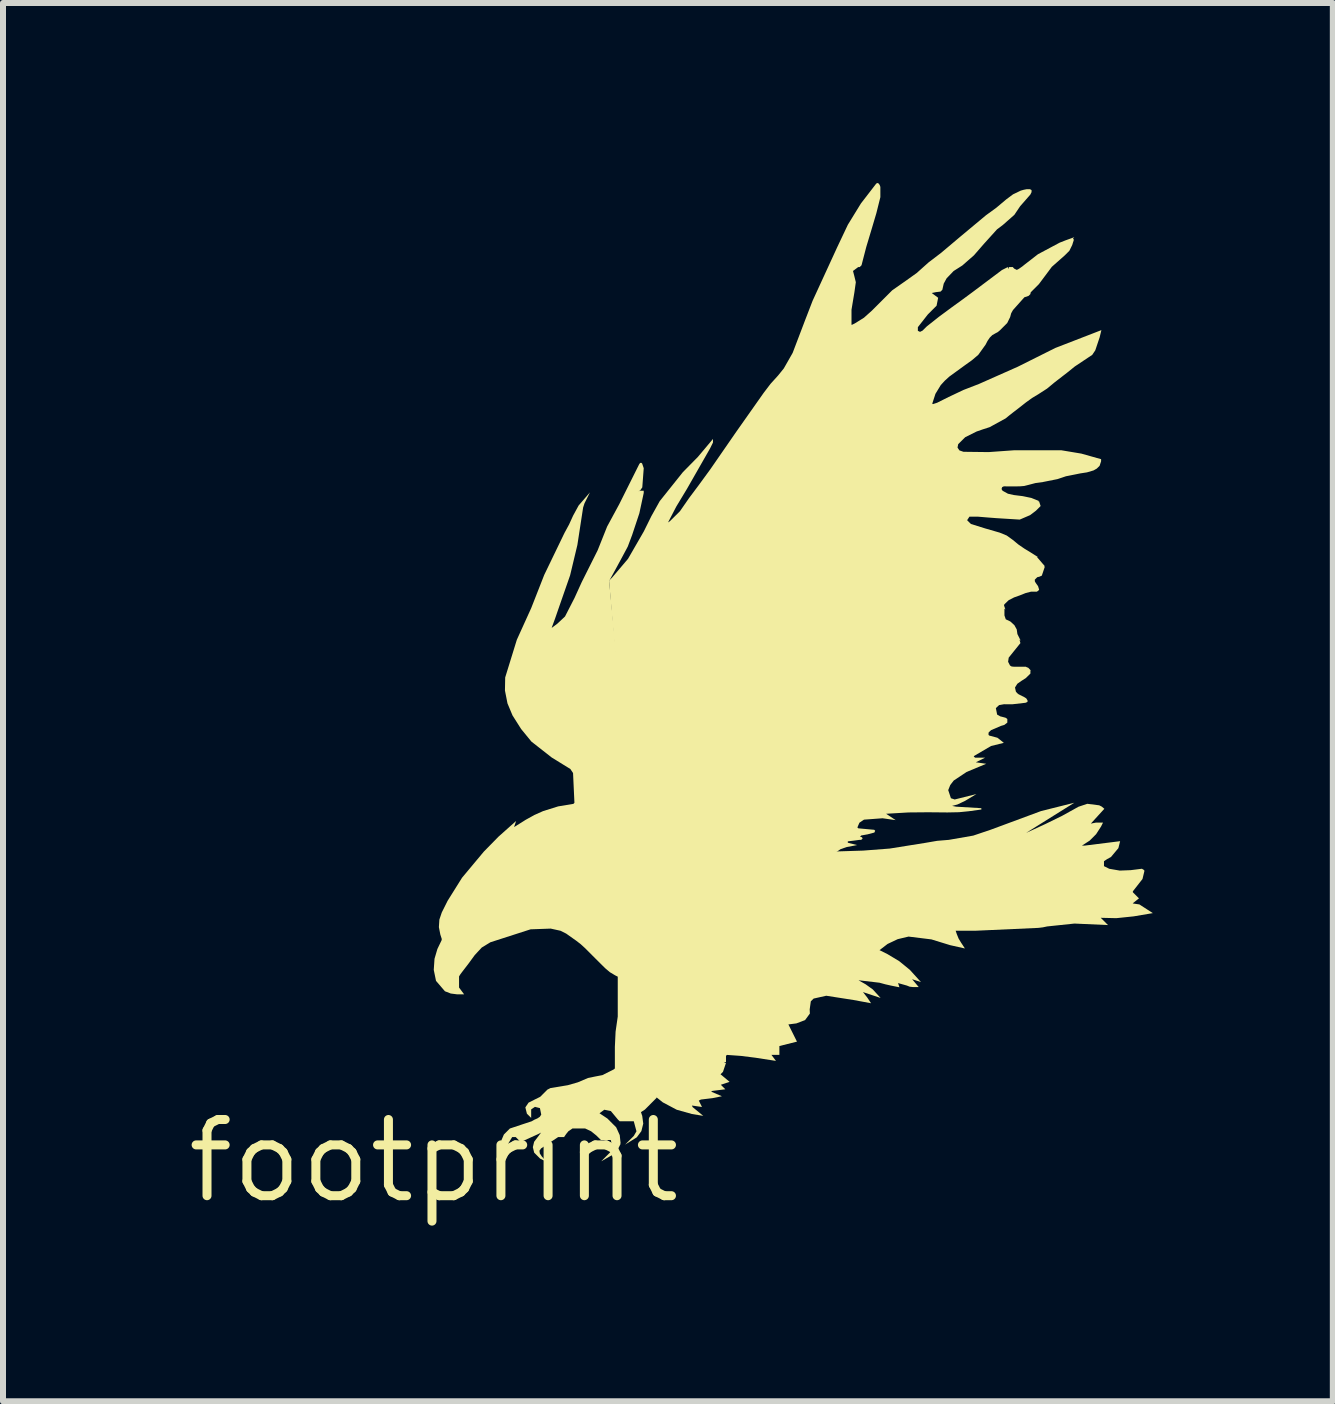
<source format=kicad_pcb>
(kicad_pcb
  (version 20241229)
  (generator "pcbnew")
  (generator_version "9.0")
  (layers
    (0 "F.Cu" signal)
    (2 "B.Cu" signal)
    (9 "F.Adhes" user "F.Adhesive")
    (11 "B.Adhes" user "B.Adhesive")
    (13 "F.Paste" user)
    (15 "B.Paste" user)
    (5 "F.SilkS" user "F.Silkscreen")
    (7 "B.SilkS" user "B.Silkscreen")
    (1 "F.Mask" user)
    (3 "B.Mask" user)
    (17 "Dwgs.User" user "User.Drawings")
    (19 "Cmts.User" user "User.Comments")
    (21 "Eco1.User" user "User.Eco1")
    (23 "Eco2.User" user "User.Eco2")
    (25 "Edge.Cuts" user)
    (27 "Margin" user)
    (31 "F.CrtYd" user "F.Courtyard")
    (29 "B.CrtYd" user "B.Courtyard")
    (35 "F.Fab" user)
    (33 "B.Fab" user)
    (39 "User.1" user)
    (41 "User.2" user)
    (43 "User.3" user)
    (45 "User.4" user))
  (footprint "footprint"
    (layer "F.Cu")
    (at 4.18 16.299)
    (property "Reference" "footprint" (at 0 0 0) (layer "F.SilkS") (effects (font (size 1.27 1.27) (thickness 0.15))))
    (fp_poly (pts (xy 0.433 -4.136) (xy 0.439 -4.147) (xy 0.563 -4.072) (xy 0.6 -3.972) (xy 0.589 -3.866) (xy 0.462 -3.74) (xy 0.261 -3.74) (xy 0.226 -3.761) (xy 0.204 -3.796) (xy 0.204 -3.92) (xy 0.216 -3.92) (xy 0.208 -3.928) (xy 0.225 -3.947) (xy 0.24 -3.947) (xy 0.227 -3.967) (xy 0.254 -4.022) (xy 0.276 -4.06) (xy 0.304 -4.097) (xy 0.362 -4.138) (xy 0.431 -4.148)) (stroke (width 0) (type solid)) (fill yes) (layer "F.SilkS"))
    (fp_poly (pts (xy 9.878 -5.471) (xy 9.881 -5.471) (xy 10.191 -5.614) (xy 10.471 -5.751) (xy 10.745 -5.903) (xy 10.892 -5.952) (xy 11.09 -5.927) (xy 11.132 -5.906) (xy 11.176 -5.869) (xy 10.951 -5.622) (xy 11.037 -5.639) (xy 11.154 -5.639) (xy 11.121 -5.573) (xy 11.039 -5.446) (xy 10.931 -5.338) (xy 10.805 -5.257) (xy 10.805 -5.257) (xy 10.806 -5.255) (xy 10.845 -5.255) (xy 11.439 -5.329) (xy 11.41 -5.213) (xy 11.286 -5.065) (xy 11.223 -5.031) (xy 11.17 -4.995) (xy 11.17 -4.913) (xy 11.258 -4.869) (xy 11.434 -4.839) (xy 11.614 -4.846) (xy 11.806 -4.87) (xy 11.807 -4.858) (xy 11.816 -4.866) (xy 11.845 -4.837) (xy 11.812 -4.699) (xy 11.651 -4.493) (xy 11.651 -4.478) (xy 11.753 -4.376) (xy 11.649 -4.293) (xy 11.651 -4.293) (xy 11.651 -4.291) (xy 11.76 -4.275) (xy 11.984 -4.13) (xy 11.665 -4.076) (xy 11.376 -4.046) (xy 11.116 -4.052) (xy 11.237 -3.931) (xy 10.678 -3.956) (xy 10.222 -3.908) (xy 10.151 -3.893) (xy 10.077 -3.884) (xy 9.018 -3.836) (xy 8.698 -3.836) (xy 8.717 -3.78) (xy 8.747 -3.706) (xy 8.788 -3.638) (xy 8.812 -3.602) (xy 8.852 -3.541) (xy 8.606 -3.596) (xy 8.294 -3.692) (xy 7.913 -3.739) (xy 7.732 -3.696) (xy 7.563 -3.616) (xy 7.429 -3.513) (xy 7.557 -3.449) (xy 7.755 -3.331) (xy 7.934 -3.185) (xy 8.12 -2.98) (xy 7.972 -3.029) (xy 8.082 -2.898) (xy 7.983 -2.898) (xy 7.931 -2.904) (xy 7.884 -2.923) (xy 7.738 -2.964) (xy 7.761 -2.894) (xy 7.621 -2.922) (xy 7.524 -2.944) (xy 7.429 -2.97) (xy 7.079 -3.011) (xy 7.197 -2.944) (xy 7.317 -2.858) (xy 7.447 -2.716) (xy 7.153 -2.814) (xy 7.224 -2.724) (xy 7.288 -2.628) (xy 6.996 -2.682) (xy 6.541 -2.753) (xy 6.331 -2.706) (xy 6.284 -2.66) (xy 6.265 -2.525) (xy 6.268 -2.456) (xy 6.188 -2.347) (xy 6.043 -2.292) (xy 5.91 -2.275) (xy 6.053 -1.988) (xy 5.76 -1.915) (xy 5.76 -1.768) (xy 5.627 -1.768) (xy 5.703 -1.667) (xy 5.361 -1.72) (xy 5.122 -1.75) (xy 4.886 -1.767) (xy 4.87 -1.751) (xy 4.87 -1.647) (xy 4.846 -1.647) (xy 4.846 -1.635) (xy 4.858 -1.635) (xy 4.869 -1.631) (xy 4.82 -1.485) (xy 4.779 -1.444) (xy 4.93 -1.318) (xy 4.784 -1.269) (xy 4.859 -1.194) (xy 4.645 -1.167) (xy 4.622 -1.155) (xy 4.802 -1.078) (xy 4.643 -1.046) (xy 4.452 -1.023) (xy 4.417 -1.005) (xy 4.47 -0.899) (xy 4.302 -0.923) (xy 4.314 -0.897) (xy 4.491 -0.751) (xy 4.302 -0.782) (xy 4.049 -0.853) (xy 3.817 -0.976) (xy 3.692 -1.076) (xy 3.33 -5.134) (xy 6.709 -5.158) (xy 7.154 -5.172) (xy 7.598 -5.206) (xy 8.198 -5.302) (xy 8.39 -5.335) (xy 8.584 -5.351) (xy 8.991 -5.422) (xy 9.279 -5.519) (xy 10.121 -5.831) (xy 10.676 -5.97)) (stroke (width 0) (type solid)) (fill yes) (layer "F.SilkS"))
    (fp_poly (pts (xy 1.677 -0.687) (xy 1.726 -0.708) (xy 1.767 -0.735) (xy 1.791 -0.772) (xy 1.769 -0.88) (xy 1.686 -0.901) (xy 1.623 -0.859) (xy 1.623 -0.717) (xy 1.552 -0.787) (xy 1.526 -0.892) (xy 1.579 -0.971) (xy 1.678 -1.021) (xy 1.773 -1.068) (xy 1.796 -1.09) (xy 1.819 -1.114) (xy 1.893 -1.188) (xy 1.944 -1.214) (xy 2.234 -1.262) (xy 2.401 -1.31) (xy 2.57 -1.382) (xy 2.691 -1.407) (xy 2.81 -1.43) (xy 2.999 -1.525) (xy 3.011 -1.534) (xy 3.018 -1.543) (xy 3.018 -1.9) (xy 3.03 -2.155) (xy 3.066 -2.406) (xy 3.066 -3.071) (xy 3.024 -3.092) (xy 2.934 -3.146) (xy 2.854 -3.214) (xy 2.685 -3.382) (xy 2.517 -3.55) (xy 2.448 -3.613) (xy 2.374 -3.67) (xy 2.206 -3.789) (xy 2.112 -3.836) (xy 1.949 -3.872) (xy 1.613 -3.86) (xy 0.943 -3.644) (xy 0.799 -3.556) (xy 0.683 -3.431) (xy 0.577 -3.286) (xy 0.467 -3.143) (xy 0.442 -3.109) (xy 0.421 -3.075) (xy 0.421 -2.89) (xy 0.505 -2.777) (xy 0.384 -2.777) (xy 0.283 -2.79) (xy 0.19 -2.826) (xy 0.187 -2.826) (xy 0.037 -3.001) (xy -0.000453 -3.184) (xy 0.012 -3.369) (xy 0.06 -3.532) (xy 0.132 -3.682) (xy 0.132 -3.702) (xy 0.109 -3.773) (xy 0.085 -3.896) (xy 0.093 -4.022) (xy 0.133 -4.141) (xy 0.23 -4.335) (xy 0.471 -4.72) (xy 0.833 -5.154) (xy 1.078 -5.404) (xy 1.372 -5.666) (xy 1.339 -5.567) (xy 1.343 -5.567) (xy 1.533 -5.686) (xy 1.675 -5.765) (xy 1.823 -5.831) (xy 2.073 -5.909) (xy 2.327 -5.951) (xy 2.344 -5.969) (xy 2.321 -6.465) (xy 2.276 -6.532) (xy 1.965 -6.724) (xy 1.627 -6.989) (xy 1.456 -7.198) (xy 1.312 -7.425) (xy 1.228 -7.626) (xy 1.186 -7.84) (xy 1.19 -8.058) (xy 1.384 -8.686) (xy 1.624 -9.215) (xy 1.841 -9.768) (xy 2.178 -10.466) (xy 2.255 -10.608) (xy 2.322 -10.755) (xy 2.414 -10.924) (xy 2.603 -11.143) (xy 2.512 -10.961) (xy 2.489 -10.891) (xy 2.393 -10.266) (xy 2.272 -9.76) (xy 2.079 -9.206) (xy 2.021 -9.038) (xy 1.965 -8.886) (xy 1.968 -8.886) (xy 2.06 -8.955) (xy 2.187 -9.074) (xy 2.346 -9.384) (xy 2.466 -9.648) (xy 2.731 -10.177) (xy 2.889 -10.573) (xy 3.092 -10.948) (xy 3.428 -11.621) (xy 3.439 -11.615) (xy 3.43 -11.624) (xy 3.441 -11.634) (xy 3.461 -11.634) (xy 3.473 -11.622) (xy 3.499 -11.545) (xy 3.475 -11.226) (xy 3.442 -11.179) (xy 3.411 -11.158) (xy 3.436 -11.17) (xy 3.499 -11.17) (xy 3.499 -11.133) (xy 3.426 -10.794) (xy 3.306 -10.433) (xy 3.233 -10.239) (xy 3.149 -10.082) (xy 3.065 -9.926) (xy 2.993 -9.794) (xy 2.922 -9.665) (xy 3.45 -4.197) (xy 3.45 -4.197) (xy 3.451 -4.186) (xy 3.452 -4.173) (xy 3.452 -4.173) (xy 3.716 -1.054) (xy 3.519 -0.856) (xy 3.453 -0.813) (xy 3.471 -0.758) (xy 3.473 -0.758) (xy 3.491 -0.622) (xy 3.46 -0.497) (xy 3.384 -0.394) (xy 3.188 -0.271) (xy 3.333 -0.416) (xy 3.378 -0.494) (xy 3.333 -0.661) (xy 3.097 -0.661) (xy 3.069 -0.689) (xy 2.951 -0.831) (xy 2.841 -0.853) (xy 2.762 -0.794) (xy 2.893 -0.707) (xy 3.04 -0.56) (xy 3.099 -0.43) (xy 3.114 -0.29) (xy 3.102 -0.289) (xy 3.113 -0.283) (xy 3.039 -0.136) (xy 2.79 0.007) (xy 2.948 -0.152) (xy 2.985 -0.215) (xy 2.949 -0.349) (xy 2.785 -0.349) (xy 2.709 -0.424) (xy 2.622 -0.494) (xy 2.522 -0.541) (xy 2.312 -0.541) (xy 2.245 -0.496) (xy 2.208 -0.451) (xy 2.171 -0.397) (xy 2.072 -0.397) (xy 1.858 -0.255) (xy 1.822 -0.23) (xy 1.788 -0.208) (xy 1.761 -0.17) (xy 1.767 -0.125) (xy 1.798 -0.077) (xy 1.877 0.014) (xy 1.777 -0.036) (xy 1.775 -0.036) (xy 1.673 -0.138) (xy 1.651 -0.229) (xy 1.672 -0.318) (xy 1.788 -0.472) (xy 1.737 -0.446) (xy 1.47 -0.325) (xy 1.438 -0.325) (xy 1.366 -0.397) (xy 1.306 -0.397) (xy 1.238 -0.285) (xy 1.238 -0.125) (xy 1.171 -0.159) (xy 1.169 -0.161) (xy 1.118 -0.237) (xy 1.127 -0.344) (xy 1.168 -0.44) (xy 1.268 -0.54) (xy 1.487 -0.613) (xy 1.63 -0.66)) (stroke (width 0) (type solid)) (fill yes) (layer "F.SilkS"))
    (fp_poly (pts (xy 7.415 -16.29) (xy 7.433 -16.263) (xy 7.443 -16.234) (xy 7.443 -16.063) (xy 7.376 -15.795) (xy 7.298 -15.532) (xy 7.208 -15.233) (xy 7.129 -14.928) (xy 7.099 -14.898) (xy 7.074 -14.898) (xy 6.987 -14.833) (xy 7.01 -14.744) (xy 7.034 -14.646) (xy 7.01 -14.475) (xy 6.962 -14.187) (xy 6.962 -13.936) (xy 6.971 -13.936) (xy 7.016 -13.958) (xy 7.169 -14.053) (xy 7.303 -14.173) (xy 7.64 -14.51) (xy 7.881 -14.679) (xy 8.049 -14.799) (xy 8.246 -14.975) (xy 8.457 -15.136) (xy 8.77 -15.4) (xy 9.203 -15.761) (xy 9.376 -15.887) (xy 9.54 -16.025) (xy 9.654 -16.11) (xy 9.783 -16.172) (xy 9.832 -16.186) (xy 9.883 -16.196) (xy 9.935 -16.196) (xy 9.957 -16.185) (xy 9.967 -16.166) (xy 9.956 -16.16) (xy 9.967 -16.155) (xy 9.942 -16.105) (xy 9.773 -15.912) (xy 9.676 -15.768) (xy 9.483 -15.598) (xy 9.387 -15.526) (xy 9.171 -15.287) (xy 9.003 -15.094) (xy 8.809 -14.924) (xy 8.664 -14.832) (xy 8.547 -14.71) (xy 8.499 -14.622) (xy 8.476 -14.519) (xy 8.446 -14.489) (xy 8.37 -14.48) (xy 8.302 -14.466) (xy 8.301 -14.465) (xy 8.304 -14.462) (xy 8.406 -14.386) (xy 8.38 -14.254) (xy 8.234 -14.108) (xy 8.068 -13.896) (xy 8.068 -13.835) (xy 8.104 -13.818) (xy 8.145 -13.838) (xy 8.217 -13.909) (xy 8.419 -14.069) (xy 8.626 -14.222) (xy 8.807 -14.353) (xy 8.987 -14.486) (xy 9.469 -14.848) (xy 9.566 -14.897) (xy 9.571 -14.886) (xy 9.571 -14.874) (xy 9.583 -14.874) (xy 9.583 -14.898) (xy 9.655 -14.898) (xy 9.655 -14.891) (xy 9.674 -14.872) (xy 9.716 -14.851) (xy 9.735 -14.859) (xy 9.757 -14.872) (xy 9.806 -14.906) (xy 9.852 -14.943) (xy 10.07 -15.112) (xy 10.432 -15.305) (xy 10.529 -15.343) (xy 10.676 -15.396) (xy 10.653 -15.373) (xy 10.665 -15.362) (xy 10.665 -15.341) (xy 10.652 -15.303) (xy 10.641 -15.266) (xy 10.593 -15.169) (xy 10.517 -15.093) (xy 10.301 -14.902) (xy 10.085 -14.613) (xy 9.965 -14.493) (xy 9.948 -14.475) (xy 9.944 -14.452) (xy 9.944 -14.448) (xy 9.914 -14.418) (xy 9.843 -14.394) (xy 9.653 -14.181) (xy 9.623 -14.127) (xy 9.606 -14.064) (xy 9.557 -13.965) (xy 9.495 -13.903) (xy 9.435 -13.843) (xy 9.4 -13.814) (xy 9.36 -13.793) (xy 9.309 -13.764) (xy 9.268 -13.724) (xy 9.229 -13.667) (xy 9.197 -13.605) (xy 9.075 -13.435) (xy 8.969 -13.345) (xy 8.857 -13.265) (xy 8.593 -13.073) (xy 8.518 -13.005) (xy 8.45 -12.931) (xy 8.361 -12.785) (xy 8.309 -12.625) (xy 8.312 -12.616) (xy 8.32 -12.614) (xy 8.388 -12.636) (xy 8.484 -12.684) (xy 8.58 -12.732) (xy 8.829 -12.85) (xy 9.085 -12.949) (xy 9.734 -13.237) (xy 10.36 -13.55) (xy 11.127 -13.847) (xy 11.098 -13.728) (xy 11.025 -13.51) (xy 10.974 -13.434) (xy 10.9 -13.385) (xy 10.684 -13.241) (xy 10.565 -13.145) (xy 10.348 -12.977) (xy 10.221 -12.872) (xy 10.083 -12.783) (xy 9.972 -12.716) (xy 9.867 -12.64) (xy 9.759 -12.555) (xy 9.651 -12.472) (xy 9.59 -12.424) (xy 9.53 -12.375) (xy 9.263 -12.229) (xy 9.154 -12.194) (xy 9.047 -12.157) (xy 8.857 -12.062) (xy 8.74 -11.946) (xy 8.729 -11.889) (xy 8.761 -11.842) (xy 8.828 -11.819) (xy 9.247 -11.814) (xy 9.667 -11.844) (xy 10.462 -11.844) (xy 10.792 -11.789) (xy 11.122 -11.696) (xy 11.122 -11.661) (xy 11.097 -11.585) (xy 11.05 -11.539) (xy 10.995 -11.508) (xy 10.886 -11.476) (xy 10.776 -11.459) (xy 10.536 -11.411) (xy 10.465 -11.387) (xy 10.392 -11.363) (xy 10.15 -11.315) (xy 10.029 -11.298) (xy 9.911 -11.267) (xy 9.839 -11.249) (xy 9.764 -11.243) (xy 9.631 -11.242) (xy 9.501 -11.243) (xy 9.474 -11.231) (xy 9.464 -11.205) (xy 9.468 -11.185) (xy 9.483 -11.168) (xy 9.57 -11.12) (xy 9.669 -11.098) (xy 9.815 -11.08) (xy 9.959 -11.05) (xy 10.081 -11.001) (xy 10.076 -10.99) (xy 10.088 -10.994) (xy 10.114 -10.915) (xy 10.036 -10.837) (xy 9.938 -10.763) (xy 9.766 -10.689) (xy 9.378 -10.713) (xy 9.221 -10.725) (xy 9.066 -10.738) (xy 8.928 -10.738) (xy 8.889 -10.679) (xy 8.952 -10.616) (xy 9.189 -10.542) (xy 9.431 -10.472) (xy 9.548 -10.424) (xy 9.651 -10.35) (xy 9.743 -10.274) (xy 9.842 -10.206) (xy 9.939 -10.147) (xy 10.07 -10.064) (xy 10.054 -10.064) (xy 10.181 -9.916) (xy 10.172 -9.908) (xy 10.184 -9.904) (xy 10.134 -9.755) (xy 10.093 -9.737) (xy 10.058 -9.729) (xy 10.016 -9.687) (xy 10.019 -9.656) (xy 10.038 -9.626) (xy 10.071 -9.58) (xy 10.088 -9.525) (xy 10.088 -9.518) (xy 10.061 -9.491) (xy 10.052 -9.499) (xy 10.052 -9.487) (xy 9.956 -9.488) (xy 9.863 -9.464) (xy 9.768 -9.426) (xy 9.672 -9.392) (xy 9.581 -9.345) (xy 9.509 -9.276) (xy 9.504 -9.258) (xy 9.527 -9.19) (xy 9.511 -9.206) (xy 9.511 -9.092) (xy 9.533 -9.027) (xy 9.609 -8.991) (xy 9.677 -8.929) (xy 9.716 -8.858) (xy 9.727 -8.781) (xy 9.783 -8.669) (xy 9.762 -8.69) (xy 9.777 -8.63) (xy 9.677 -8.506) (xy 9.582 -8.388) (xy 9.572 -8.319) (xy 9.604 -8.257) (xy 9.632 -8.24) (xy 9.668 -8.237) (xy 9.872 -8.237) (xy 9.872 -8.233) (xy 9.908 -8.219) (xy 9.949 -8.176) (xy 9.944 -8.171) (xy 9.944 -8.123) (xy 9.867 -8.047) (xy 9.793 -8) (xy 9.725 -7.952) (xy 9.687 -7.89) (xy 9.702 -7.821) (xy 9.722 -7.798) (xy 9.746 -7.778) (xy 9.842 -7.73) (xy 9.874 -7.71) (xy 9.896 -7.675) (xy 9.896 -7.671) (xy 9.895 -7.65) (xy 9.863 -7.636) (xy 9.644 -7.611) (xy 9.511 -7.611) (xy 9.511 -7.613) (xy 9.422 -7.597) (xy 9.368 -7.547) (xy 9.389 -7.439) (xy 9.44 -7.41) (xy 9.502 -7.394) (xy 9.531 -7.386) (xy 9.559 -7.365) (xy 9.559 -7.305) (xy 9.509 -7.267) (xy 9.455 -7.251) (xy 9.289 -7.18) (xy 9.266 -7.159) (xy 9.246 -7.138) (xy 9.246 -7.1) (xy 9.261 -7.088) (xy 9.286 -7.082) (xy 9.394 -7.053) (xy 9.501 -6.968) (xy 9.287 -6.915) (xy 9.004 -6.749) (xy 9 -6.74) (xy 9.022 -6.721) (xy 9.189 -6.721) (xy 9.034 -6.644) (xy 9.207 -6.619) (xy 8.879 -6.482) (xy 8.666 -6.34) (xy 8.608 -6.265) (xy 8.574 -6.18) (xy 8.619 -6.045) (xy 8.682 -6.024) (xy 9.045 -6.115) (xy 8.855 -6.001) (xy 8.726 -5.94) (xy 8.639 -5.917) (xy 8.707 -5.904) (xy 9.126 -5.879) (xy 9.127 -5.857) (xy 8.947 -5.832) (xy 8.755 -5.812) (xy 8.561 -5.808) (xy 8.237 -5.811) (xy 7.912 -5.808) (xy 7.539 -5.786) (xy 7.698 -5.68) (xy 7.479 -5.711) (xy 7.17 -5.688) (xy 7.094 -5.637) (xy 7.06 -5.558) (xy 7.076 -5.543) (xy 7.34 -5.519) (xy 7.357 -5.503) (xy 7.343 -5.473) (xy 7.23 -5.443) (xy 7.124 -5.424) (xy 7.108 -5.408) (xy 7.109 -5.402) (xy 7.122 -5.398) (xy 7.137 -5.394) (xy 7.147 -5.372) (xy 7.123 -5.351) (xy 7.095 -5.351) (xy 7 -5.338) (xy 6.907 -5.327) (xy 6.895 -5.315) (xy 6.908 -5.301) (xy 7.053 -5.265) (xy 6.881 -5.231) (xy 6.78 -5.196) (xy 6.689 -5.134) (xy 3.308 -5.11) (xy 2.921 -9.672) (xy 2.973 -9.724) (xy 3.237 -10.035) (xy 3.5 -10.491) (xy 3.626 -10.746) (xy 3.766 -10.997) (xy 4.151 -11.479) (xy 4.402 -11.734) (xy 4.653 -12.033) (xy 4.653 -11.973) (xy 4.604 -11.874) (xy 4.219 -11.2) (xy 4.041 -10.905) (xy 3.904 -10.641) (xy 3.936 -10.663) (xy 4.103 -10.829) (xy 4.255 -11.048) (xy 4.415 -11.262) (xy 4.608 -11.526) (xy 5.04 -12.151) (xy 5.498 -12.801) (xy 5.612 -12.951) (xy 5.738 -13.09) (xy 5.834 -13.209) (xy 5.981 -13.467) (xy 6.193 -14.024) (xy 6.314 -14.337) (xy 6.723 -15.227) (xy 6.901 -15.603) (xy 7.119 -15.958) (xy 7.375 -16.29) (xy 7.395 -16.299)) (stroke (width 0) (type solid)) (fill yes) (layer "F.SilkS")))
  (gr_rect
    (start -3 -3)
    (end 19.164 20.305)
    (stroke (width 0.1) (type default))
    (fill no)
    (layer "Edge.Cuts")))
</source>
